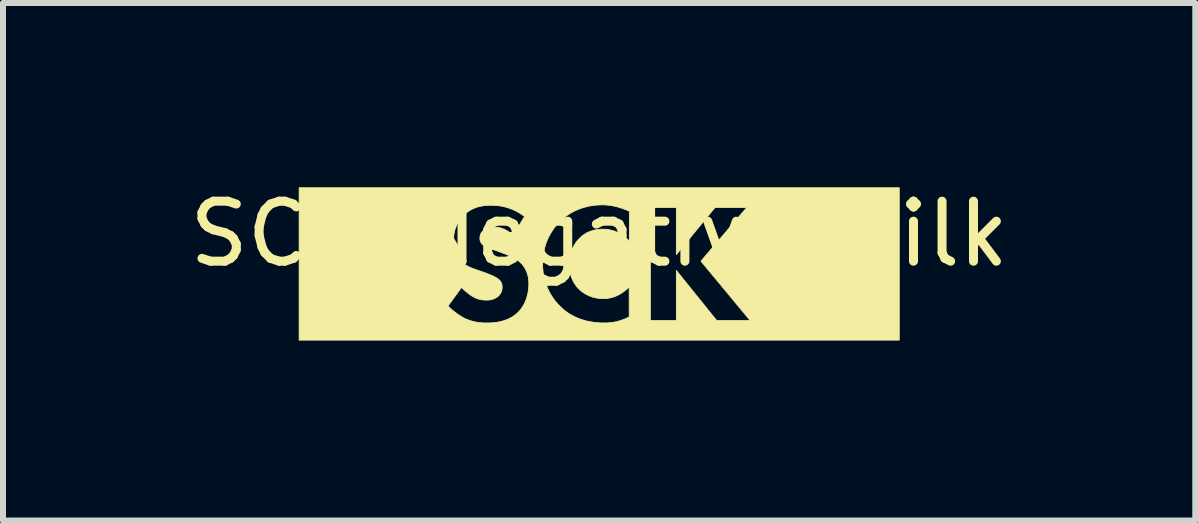
<source format=kicad_pcb>
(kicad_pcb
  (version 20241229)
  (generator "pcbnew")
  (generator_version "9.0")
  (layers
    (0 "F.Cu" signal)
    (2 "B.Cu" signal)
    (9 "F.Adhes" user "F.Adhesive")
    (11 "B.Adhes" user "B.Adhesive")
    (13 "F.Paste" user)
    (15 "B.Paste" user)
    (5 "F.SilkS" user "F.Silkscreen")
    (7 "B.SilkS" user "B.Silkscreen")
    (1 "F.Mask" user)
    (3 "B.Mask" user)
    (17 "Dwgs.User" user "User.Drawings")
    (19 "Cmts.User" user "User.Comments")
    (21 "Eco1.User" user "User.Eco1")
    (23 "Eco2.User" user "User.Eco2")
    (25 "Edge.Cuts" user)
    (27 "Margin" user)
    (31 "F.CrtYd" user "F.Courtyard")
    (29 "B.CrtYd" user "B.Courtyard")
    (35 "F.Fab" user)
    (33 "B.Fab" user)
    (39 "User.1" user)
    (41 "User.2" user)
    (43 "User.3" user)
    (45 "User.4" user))
  (footprint "SCK_Negative_Silk"
    (layer "F.Cu")
    (at 6.935 1.348)
    (property "Reference" "SCK_Negative_Silk" (at 0 -0.5 0) (unlocked yes) (layer "F.SilkS") (effects (font (size 1 1) (thickness 0.15))))
    (fp_poly (pts (xy 5.001 1.27) (xy -5 1.27) (xy -5 0.702) (xy -2.52 0.702) (xy -2.492 0.729) (xy -2.461 0.757) (xy -2.427 0.785) (xy -2.392 0.812) (xy -2.355 0.839) (xy -2.337 0.852) (xy -2.318 0.864) (xy -2.3 0.875) (xy -2.281 0.887) (xy -2.263 0.897) (xy -2.245 0.907) (xy -2.222 0.917) (xy -2.2 0.926) (xy -2.177 0.935) (xy -2.155 0.943) (xy -2.132 0.95) (xy -2.109 0.956) (xy -2.086 0.962) (xy -2.063 0.967) (xy -2.04 0.971) (xy -2.016 0.975) (xy -1.993 0.978) (xy -1.969 0.98) (xy -1.945 0.982) (xy -1.92 0.983) (xy -1.896 0.984) (xy -1.871 0.984) (xy -1.819 0.983) (xy -1.79 0.982) (xy -1.759 0.979) (xy -1.726 0.976) (xy -1.692 0.97) (xy -1.656 0.964) (xy -1.62 0.955) (xy -1.584 0.944) (xy -1.547 0.932) (xy -1.51 0.916) (xy -1.474 0.898) (xy -1.438 0.877) (xy -1.421 0.865) (xy -1.404 0.853) (xy -1.387 0.839) (xy -1.37 0.825) (xy -1.354 0.81) (xy -1.338 0.794) (xy -1.32 0.774) (xy -1.303 0.752) (xy -1.286 0.729) (xy -1.271 0.705) (xy -1.256 0.679) (xy -1.242 0.653) (xy -1.23 0.625) (xy -1.218 0.595) (xy -1.208 0.565) (xy -1.199 0.534) (xy -1.191 0.501) (xy -1.184 0.468) (xy -1.179 0.434) (xy -1.175 0.4) (xy -1.173 0.364) (xy -1.172 0.328) (xy -1.173 0.307) (xy -1.174 0.286) (xy -1.176 0.264) (xy -1.178 0.242) (xy -1.182 0.22) (xy -1.187 0.197) (xy -1.193 0.175) (xy -1.2 0.152) (xy -1.209 0.13) (xy -1.218 0.107) (xy -1.23 0.085) (xy -1.242 0.063) (xy -1.257 0.041) (xy -1.273 0.02) (xy -1.29 -0.001) (xy -1.293 -0.004) (xy -0.943 -0.004) (xy -0.942 0.052) (xy -0.937 0.107) (xy -0.931 0.16) (xy -0.921 0.212) (xy -0.909 0.262) (xy -0.895 0.311) (xy -0.879 0.358) (xy -0.86 0.404) (xy -0.84 0.449) (xy -0.817 0.491) (xy -0.793 0.532) (xy -0.767 0.571) (xy -0.74 0.609) (xy -0.711 0.644) (xy -0.681 0.678) (xy -0.65 0.709) (xy -0.62 0.738) (xy -0.588 0.765) (xy -0.554 0.792) (xy -0.518 0.818) (xy -0.48 0.842) (xy -0.44 0.864) (xy -0.398 0.885) (xy -0.353 0.905) (xy -0.306 0.922) (xy -0.257 0.938) (xy -0.206 0.952) (xy -0.152 0.963) (xy -0.096 0.972) (xy -0.038 0.979) (xy 0.024 0.983) (xy 0.087 0.984) (xy 0.131 0.983) (xy 0.176 0.98) (xy 0.2 0.978) (xy 0.225 0.974) (xy 0.25 0.97) (xy 0.275 0.965) (xy 0.302 0.959) (xy 0.329 0.952) (xy 0.349 0.945) (xy 0.853 0.945) (xy 1.286 0.945) (xy 1.286 0.109) (xy 1.96 0.945) (xy 2.518 0.945) (xy 1.696 -0.046) (xy 2.458 -0.938) (xy 1.929 -0.938) (xy 1.286 -0.155) (xy 1.286 -0.938) (xy 0.853 -0.938) (xy 0.853 0.945) (xy 0.349 0.945) (xy 0.356 0.943) (xy 0.384 0.934) (xy 0.413 0.923) (xy 0.442 0.911) (xy 0.473 0.897) (xy 0.496 0.885) (xy 0.5 0.885) (xy 0.503 0.882) (xy 0.5 0.884) (xy 0.5 0.885) (xy 0.496 0.885) (xy 0.5 0.884) (xy 0.5 0.385) (xy 0.469 0.413) (xy 0.438 0.439) (xy 0.408 0.463) (xy 0.378 0.483) (xy 0.349 0.501) (xy 0.321 0.517) (xy 0.292 0.531) (xy 0.265 0.542) (xy 0.238 0.552) (xy 0.211 0.56) (xy 0.186 0.566) (xy 0.161 0.571) (xy 0.137 0.575) (xy 0.114 0.577) (xy 0.091 0.578) (xy 0.069 0.579) (xy 0.048 0.578) (xy 0.027 0.577) (xy 0.007 0.576) (xy -0.012 0.573) (xy -0.031 0.571) (xy -0.05 0.567) (xy -0.068 0.563) (xy -0.085 0.559) (xy -0.102 0.555) (xy -0.118 0.55) (xy -0.134 0.544) (xy -0.149 0.539) (xy -0.164 0.533) (xy -0.178 0.527) (xy -0.192 0.52) (xy -0.205 0.514) (xy -0.229 0.5) (xy -0.251 0.487) (xy -0.271 0.474) (xy -0.289 0.461) (xy -0.304 0.449) (xy -0.317 0.438) (xy -0.328 0.428) (xy -0.336 0.42) (xy -0.352 0.403) (xy -0.368 0.386) (xy -0.383 0.367) (xy -0.397 0.346) (xy -0.411 0.325) (xy -0.425 0.302) (xy -0.437 0.278) (xy -0.449 0.253) (xy -0.46 0.226) (xy -0.47 0.198) (xy -0.478 0.169) (xy -0.485 0.139) (xy -0.491 0.107) (xy -0.495 0.074) (xy -0.498 0.039) (xy -0.499 0.004) (xy -0.498 -0.03) (xy -0.495 -0.063) (xy -0.491 -0.095) (xy -0.486 -0.126) (xy -0.479 -0.156) (xy -0.471 -0.186) (xy -0.461 -0.215) (xy -0.45 -0.243) (xy -0.438 -0.27) (xy -0.424 -0.296) (xy -0.41 -0.321) (xy -0.394 -0.345) (xy -0.378 -0.368) (xy -0.36 -0.39) (xy -0.342 -0.411) (xy -0.322 -0.43) (xy -0.303 -0.448) (xy -0.284 -0.465) (xy -0.264 -0.481) (xy -0.243 -0.495) (xy -0.221 -0.509) (xy -0.199 -0.521) (xy -0.176 -0.532) (xy -0.152 -0.542) (xy -0.128 -0.55) (xy -0.103 -0.558) (xy -0.077 -0.564) (xy -0.051 -0.569) (xy -0.024 -0.573) (xy 0.004 -0.576) (xy 0.033 -0.578) (xy 0.062 -0.579) (xy 0.081 -0.578) (xy 0.099 -0.577) (xy 0.117 -0.576) (xy 0.135 -0.574) (xy 0.153 -0.572) (xy 0.17 -0.569) (xy 0.186 -0.565) (xy 0.203 -0.562) (xy 0.219 -0.557) (xy 0.235 -0.553) (xy 0.265 -0.542) (xy 0.294 -0.53) (xy 0.323 -0.516) (xy 0.349 -0.502) (xy 0.375 -0.486) (xy 0.399 -0.469) (xy 0.423 -0.452) (xy 0.444 -0.434) (xy 0.465 -0.415) (xy 0.485 -0.397) (xy 0.503 -0.377) (xy 0.503 -0.878) (xy 0.469 -0.893) (xy 0.436 -0.906) (xy 0.404 -0.918) (xy 0.373 -0.929) (xy 0.342 -0.939) (xy 0.312 -0.948) (xy 0.283 -0.955) (xy 0.255 -0.962) (xy 0.227 -0.967) (xy 0.201 -0.972) (xy 0.174 -0.976) (xy 0.149 -0.979) (xy 0.124 -0.981) (xy 0.099 -0.983) (xy 0.075 -0.984) (xy 0.052 -0.984) (xy -0.003 -0.983) (xy -0.056 -0.979) (xy -0.108 -0.973) (xy -0.158 -0.965) (xy -0.207 -0.954) (xy -0.255 -0.941) (xy -0.302 -0.926) (xy -0.347 -0.909) (xy -0.39 -0.89) (xy -0.432 -0.87) (xy -0.473 -0.848) (xy -0.512 -0.824) (xy -0.549 -0.798) (xy -0.584 -0.771) (xy -0.618 -0.742) (xy -0.65 -0.713) (xy -0.681 -0.681) (xy -0.711 -0.647) (xy -0.74 -0.611) (xy -0.767 -0.574) (xy -0.793 -0.535) (xy -0.817 -0.494) (xy -0.84 -0.452) (xy -0.86 -0.408) (xy -0.879 -0.363) (xy -0.895 -0.316) (xy -0.909 -0.267) (xy -0.921 -0.218) (xy -0.931 -0.166) (xy -0.937 -0.113) (xy -0.942 -0.059) (xy -0.943 -0.004) (xy -1.293 -0.004) (xy -1.31 -0.021) (xy -1.324 -0.034) (xy -1.339 -0.046) (xy -1.354 -0.058) (xy -1.37 -0.069) (xy -1.386 -0.08) (xy -1.403 -0.09) (xy -1.419 -0.099) (xy -1.436 -0.108) (xy -1.453 -0.117) (xy -1.47 -0.125) (xy -1.503 -0.14) (xy -1.536 -0.153) (xy -1.567 -0.166) (xy -1.709 -0.219) (xy -1.793 -0.249) (xy -1.827 -0.261) (xy -1.843 -0.267) (xy -1.857 -0.273) (xy -1.871 -0.279) (xy -1.883 -0.285) (xy -1.895 -0.29) (xy -1.907 -0.297) (xy -1.917 -0.303) (xy -1.927 -0.31) (xy -1.936 -0.317) (xy -1.945 -0.325) (xy -1.95 -0.33) (xy -1.955 -0.335) (xy -1.959 -0.341) (xy -1.963 -0.347) (xy -1.967 -0.352) (xy -1.971 -0.358) (xy -1.974 -0.365) (xy -1.977 -0.371) (xy -1.979 -0.377) (xy -1.981 -0.384) (xy -1.983 -0.391) (xy -1.985 -0.398) (xy -1.986 -0.406) (xy -1.987 -0.414) (xy -1.987 -0.422) (xy -1.987 -0.43) (xy -1.987 -0.44) (xy -1.986 -0.449) (xy -1.985 -0.457) (xy -1.984 -0.466) (xy -1.982 -0.474) (xy -1.979 -0.483) (xy -1.976 -0.491) (xy -1.973 -0.498) (xy -1.97 -0.506) (xy -1.966 -0.513) (xy -1.962 -0.52) (xy -1.958 -0.527) (xy -1.953 -0.533) (xy -1.948 -0.539) (xy -1.943 -0.545) (xy -1.938 -0.55) (xy -1.933 -0.555) (xy -1.928 -0.56) (xy -1.923 -0.565) (xy -1.918 -0.569) (xy -1.908 -0.577) (xy -1.897 -0.584) (xy -1.886 -0.59) (xy -1.874 -0.595) (xy -1.862 -0.6) (xy -1.85 -0.603) (xy -1.838 -0.606) (xy -1.826 -0.609) (xy -1.814 -0.61) (xy -1.801 -0.612) (xy -1.789 -0.613) (xy -1.778 -0.613) (xy -1.754 -0.614) (xy -1.73 -0.613) (xy -1.716 -0.612) (xy -1.701 -0.611) (xy -1.684 -0.608) (xy -1.666 -0.605) (xy -1.647 -0.6) (xy -1.627 -0.594) (xy -1.606 -0.587) (xy -1.585 -0.578) (xy -1.562 -0.567) (xy -1.538 -0.554) (xy -1.514 -0.539) (xy -1.489 -0.522) (xy -1.463 -0.502) (xy -1.437 -0.48) (xy -1.437 -0.473) (xy -1.243 -0.79) (xy -1.284 -0.82) (xy -1.324 -0.846) (xy -1.364 -0.869) (xy -1.404 -0.889) (xy -1.443 -0.907) (xy -1.481 -0.922) (xy -1.518 -0.935) (xy -1.555 -0.946) (xy -1.59 -0.955) (xy -1.624 -0.962) (xy -1.657 -0.967) (xy -1.689 -0.971) (xy -1.719 -0.974) (xy -1.748 -0.976) (xy -1.8 -0.977) (xy -1.833 -0.977) (xy -1.865 -0.975) (xy -1.897 -0.973) (xy -1.929 -0.969) (xy -1.959 -0.964) (xy -1.99 -0.958) (xy -2.02 -0.95) (xy -2.049 -0.941) (xy -2.078 -0.93) (xy -2.106 -0.918) (xy -2.134 -0.904) (xy -2.161 -0.888) (xy -2.188 -0.87) (xy -2.215 -0.85) (xy -2.241 -0.828) (xy -2.266 -0.804) (xy -2.286 -0.782) (xy -2.305 -0.76) (xy -2.323 -0.736) (xy -2.339 -0.712) (xy -2.354 -0.688) (xy -2.367 -0.663) (xy -2.379 -0.637) (xy -2.389 -0.611) (xy -2.399 -0.584) (xy -2.407 -0.557) (xy -2.413 -0.529) (xy -2.419 -0.501) (xy -2.423 -0.472) (xy -2.426 -0.442) (xy -2.428 -0.412) (xy -2.428 -0.381) (xy -2.427 -0.345) (xy -2.426 -0.326) (xy -2.425 -0.306) (xy -2.422 -0.286) (xy -2.419 -0.265) (xy -2.414 -0.244) (xy -2.409 -0.222) (xy -2.402 -0.201) (xy -2.394 -0.179) (xy -2.385 -0.157) (xy -2.375 -0.136) (xy -2.362 -0.115) (xy -2.349 -0.094) (xy -2.333 -0.073) (xy -2.315 -0.053) (xy -2.302 -0.039) (xy -2.288 -0.026) (xy -2.273 -0.013) (xy -2.257 -0.001) (xy -2.241 0.009) (xy -2.225 0.02) (xy -2.208 0.029) (xy -2.191 0.038) (xy -2.174 0.047) (xy -2.157 0.055) (xy -2.122 0.07) (xy -2.088 0.083) (xy -2.054 0.095) (xy -1.899 0.148) (xy -1.85 0.168) (xy -1.82 0.18) (xy -1.788 0.193) (xy -1.757 0.207) (xy -1.742 0.215) (xy -1.728 0.223) (xy -1.714 0.23) (xy -1.702 0.238) (xy -1.69 0.246) (xy -1.68 0.254) (xy -1.673 0.26) (xy -1.666 0.266) (xy -1.66 0.273) (xy -1.654 0.279) (xy -1.648 0.286) (xy -1.643 0.294) (xy -1.638 0.301) (xy -1.634 0.309) (xy -1.63 0.317) (xy -1.627 0.326) (xy -1.624 0.335) (xy -1.621 0.345) (xy -1.619 0.355) (xy -1.618 0.365) (xy -1.617 0.376) (xy -1.617 0.388) (xy -1.617 0.395) (xy -1.617 0.401) (xy -1.618 0.407) (xy -1.618 0.414) (xy -1.619 0.42) (xy -1.62 0.426) (xy -1.621 0.431) (xy -1.622 0.437) (xy -1.624 0.443) (xy -1.625 0.448) (xy -1.629 0.459) (xy -1.633 0.469) (xy -1.637 0.478) (xy -1.642 0.488) (xy -1.647 0.496) (xy -1.653 0.505) (xy -1.659 0.513) (xy -1.665 0.52) (xy -1.671 0.527) (xy -1.677 0.534) (xy -1.684 0.54) (xy -1.696 0.549) (xy -1.708 0.558) (xy -1.721 0.565) (xy -1.734 0.572) (xy -1.746 0.578) (xy -1.759 0.583) (xy -1.772 0.588) (xy -1.785 0.591) (xy -1.798 0.595) (xy -1.811 0.597) (xy -1.823 0.599) (xy -1.836 0.601) (xy -1.848 0.602) (xy -1.859 0.603) (xy -1.871 0.603) (xy -1.881 0.603) (xy -1.898 0.603) (xy -1.914 0.602) (xy -1.93 0.601) (xy -1.945 0.599) (xy -1.96 0.597) (xy -1.975 0.594) (xy -1.99 0.591) (xy -2.005 0.587) (xy -2.019 0.583) (xy -2.034 0.578) (xy -2.048 0.572) (xy -2.062 0.566) (xy -2.076 0.559) (xy -2.09 0.552) (xy -2.104 0.545) (xy -2.118 0.536) (xy -2.128 0.53) (xy -2.139 0.523) (xy -2.15 0.515) (xy -2.161 0.507) (xy -2.184 0.49) (xy -2.207 0.471) (xy -2.231 0.451) (xy -2.253 0.431) (xy -2.275 0.411) (xy -2.294 0.392) (xy -2.52 0.702) (xy -5 0.702) (xy -5 -1.27) (xy 5.001 -1.27)) (stroke (width 0.013) (type solid)) (fill yes) (layer "F.SilkS")))
  (gr_rect
    (start -3 -3)
    (end 16.869 5.625)
    (stroke (width 0.1) (type default))
    (fill no)
    (layer "Edge.Cuts")))
</source>
